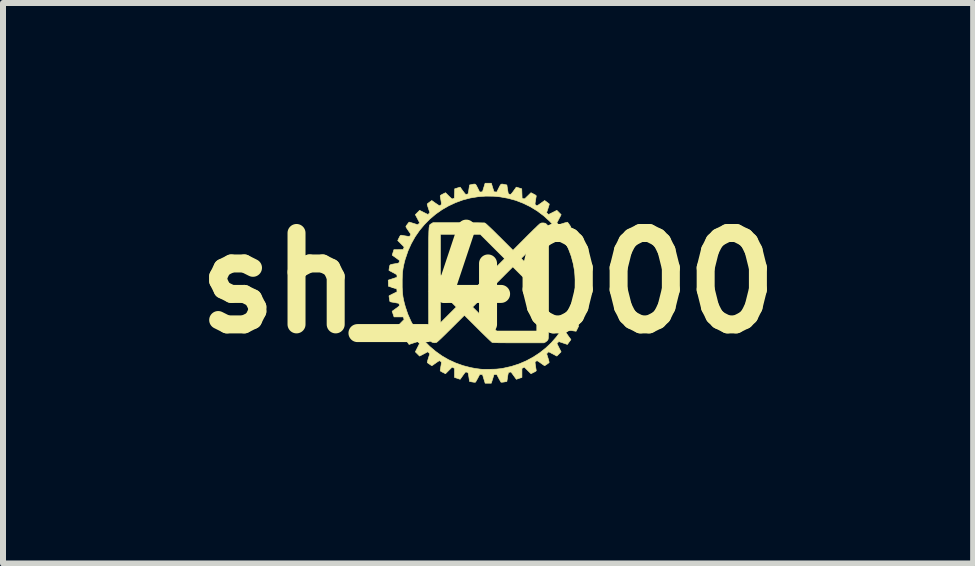
<source format=kicad_pcb>
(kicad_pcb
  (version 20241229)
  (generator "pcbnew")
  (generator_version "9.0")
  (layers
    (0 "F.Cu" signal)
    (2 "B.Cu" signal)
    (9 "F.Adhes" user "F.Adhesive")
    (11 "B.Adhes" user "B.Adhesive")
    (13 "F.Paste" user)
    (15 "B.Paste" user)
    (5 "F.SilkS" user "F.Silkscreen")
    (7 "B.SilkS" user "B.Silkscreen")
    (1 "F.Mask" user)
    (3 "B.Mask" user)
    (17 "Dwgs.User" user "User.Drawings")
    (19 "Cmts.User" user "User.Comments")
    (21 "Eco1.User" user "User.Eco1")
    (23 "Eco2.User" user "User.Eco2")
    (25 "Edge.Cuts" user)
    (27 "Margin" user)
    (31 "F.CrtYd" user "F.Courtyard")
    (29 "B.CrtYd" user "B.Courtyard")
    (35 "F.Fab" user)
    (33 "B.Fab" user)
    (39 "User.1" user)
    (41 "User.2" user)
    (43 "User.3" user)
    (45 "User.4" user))
  (footprint "sh_4000"
    (layer "F.Cu")
    (at 5.087 1.669)
    (property "Reference" "sh_4000" (at 0 0 0) (layer "F.SilkS") (effects (font (size 1.524 1.524) (thickness 0.3))))
    (attr through_hole)
    (fp_poly (pts (xy -0.423 -1.006) (xy -0.354 -1.006) (xy -0.289 -1.006) (xy -0.23 -1.005) (xy -0.177 -1.005) (xy -0.133 -1.004) (xy -0.097 -1.003) (xy -0.071 -1.003) (xy -0.057 -1.002) (xy -0.054 -1.001) (xy -0.045 -0.996) (xy -0.029 -0.983) (xy -0.005 -0.961) (xy 0.027 -0.931) (xy 0.067 -0.893) (xy 0.115 -0.846) (xy 0.171 -0.79) (xy 0.191 -0.771) (xy 0.416 -0.546) (xy 0.635 -0.766) (xy 0.679 -0.81) (xy 0.721 -0.851) (xy 0.759 -0.889) (xy 0.794 -0.922) (xy 0.823 -0.951) (xy 0.846 -0.972) (xy 0.863 -0.987) (xy 0.871 -0.994) (xy 0.871 -0.994) (xy 0.896 -1.002) (xy 0.925 -1.002) (xy 0.952 -0.997) (xy 0.959 -0.994) (xy 0.974 -0.982) (xy 0.99 -0.965) (xy 0.994 -0.96) (xy 1.01 -0.937) (xy 1.01 -0.006) (xy 1.01 0.121) (xy 1.01 0.236) (xy 1.01 0.339) (xy 1.01 0.432) (xy 1.009 0.514) (xy 1.009 0.587) (xy 1.009 0.651) (xy 1.009 0.707) (xy 1.008 0.754) (xy 1.008 0.795) (xy 1.008 0.829) (xy 1.007 0.857) (xy 1.006 0.88) (xy 1.005 0.899) (xy 1.005 0.913) (xy 1.004 0.924) (xy 1.002 0.932) (xy 1.001 0.938) (xy 1 0.942) (xy 0.998 0.946) (xy 0.998 0.946) (xy 0.983 0.965) (xy 0.961 0.981) (xy 0.959 0.983) (xy 0.931 0.997) (xy 0.507 0.997) (xy 0.412 0.997) (xy 0.33 0.997) (xy 0.26 0.996) (xy 0.201 0.996) (xy 0.153 0.995) (xy 0.117 0.994) (xy 0.09 0.993) (xy 0.074 0.991) (xy 0.068 0.99) (xy 0.061 0.984) (xy 0.046 0.97) (xy 0.023 0.949) (xy -0.005 0.922) (xy -0.039 0.889) (xy -0.077 0.852) (xy -0.119 0.811) (xy -0.163 0.767) (xy -0.17 0.76) (xy -0.394 0.537) (xy -0.617 0.76) (xy -0.662 0.804) (xy -0.704 0.846) (xy -0.743 0.884) (xy -0.778 0.918) (xy -0.808 0.946) (xy -0.832 0.968) (xy -0.849 0.983) (xy -0.859 0.99) (xy -0.859 0.99) (xy -0.888 0.996) (xy -0.917 0.992) (xy -0.938 0.984) (xy -0.962 0.967) (xy -0.978 0.944) (xy -0.979 0.94) (xy -0.981 0.936) (xy -0.982 0.931) (xy -0.984 0.924) (xy -0.985 0.915) (xy -0.986 0.903) (xy -0.987 0.888) (xy -0.988 0.869) (xy -0.988 0.845) (xy -0.989 0.815) (xy -0.989 0.78) (xy -0.99 0.738) (xy -0.99 0.689) (xy -0.99 0.664) (xy -0.794 0.664) (xy -0.53 0.4) (xy -0.53 0.4) (xy -0.257 0.4) (xy -0.057 0.6) (xy 0.143 0.8) (xy 0.813 0.8) (xy 0.813 0.13) (xy 0.613 -0.07) (xy 0.413 -0.27) (xy 0.078 0.065) (xy -0.257 0.4) (xy -0.53 0.4) (xy -0.662 0.268) (xy -0.794 0.137) (xy -0.794 0.664) (xy -0.99 0.664) (xy -0.99 0.632) (xy -0.99 0.567) (xy -0.99 0.492) (xy -0.991 0.408) (xy -0.991 0.313) (xy -0.991 0.208) (xy -0.991 0.091) (xy -0.991 -0.006) (xy -0.991 -0.135) (xy -0.991 -0.251) (xy -0.991 -0.356) (xy -0.991 -0.451) (xy -0.991 -0.535) (xy -0.99 -0.609) (xy -0.99 -0.674) (xy -0.99 -0.731) (xy -0.989 -0.781) (xy -0.988 -0.813) (xy -0.794 -0.813) (xy -0.794 -0.137) (xy -0.595 0.062) (xy -0.554 0.103) (xy -0.515 0.142) (xy -0.481 0.176) (xy -0.45 0.206) (xy -0.426 0.23) (xy -0.407 0.248) (xy -0.396 0.258) (xy -0.394 0.26) (xy -0.389 0.256) (xy -0.376 0.243) (xy -0.355 0.223) (xy -0.327 0.196) (xy -0.294 0.163) (xy -0.254 0.124) (xy -0.211 0.08) (xy -0.163 0.032) (xy -0.111 -0.019) (xy -0.057 -0.073) (xy -0.057 -0.073) (xy 0.276 -0.406) (xy 0.273 -0.41) (xy 0.552 -0.41) (xy 0.681 -0.281) (xy 0.714 -0.248) (xy 0.744 -0.218) (xy 0.77 -0.193) (xy 0.79 -0.172) (xy 0.804 -0.159) (xy 0.811 -0.153) (xy 0.811 -0.152) (xy 0.812 -0.159) (xy 0.812 -0.176) (xy 0.812 -0.204) (xy 0.812 -0.24) (xy 0.813 -0.283) (xy 0.813 -0.333) (xy 0.813 -0.387) (xy 0.813 -0.411) (xy 0.813 -0.67) (xy 0.683 -0.54) (xy 0.552 -0.41) (xy 0.273 -0.41) (xy 0.073 -0.61) (xy -0.13 -0.813) (xy -0.462 -0.813) (xy -0.794 -0.813) (xy -0.988 -0.813) (xy -0.988 -0.822) (xy -0.987 -0.858) (xy -0.985 -0.887) (xy -0.984 -0.911) (xy -0.982 -0.93) (xy -0.979 -0.945) (xy -0.977 -0.957) (xy -0.973 -0.965) (xy -0.97 -0.972) (xy -0.966 -0.976) (xy -0.961 -0.98) (xy -0.956 -0.983) (xy -0.95 -0.986) (xy -0.944 -0.99) (xy -0.919 -1.006) (xy -0.496 -1.006) (xy -0.423 -1.006)) (stroke (width 0.01) (type solid)) (fill yes) (layer "F.SilkS"))
    (fp_poly (pts (xy 0.077 -1.592) (xy 0.1 -1.521) (xy 0.123 -1.519) (xy 0.146 -1.517) (xy 0.179 -1.584) (xy 0.194 -1.614) (xy 0.205 -1.633) (xy 0.216 -1.645) (xy 0.228 -1.65) (xy 0.244 -1.649) (xy 0.267 -1.645) (xy 0.279 -1.642) (xy 0.314 -1.635) (xy 0.325 -1.563) (xy 0.33 -1.534) (xy 0.334 -1.51) (xy 0.337 -1.494) (xy 0.339 -1.488) (xy 0.346 -1.485) (xy 0.36 -1.48) (xy 0.361 -1.48) (xy 0.37 -1.478) (xy 0.377 -1.478) (xy 0.384 -1.483) (xy 0.394 -1.494) (xy 0.408 -1.511) (xy 0.426 -1.536) (xy 0.471 -1.599) (xy 0.517 -1.585) (xy 0.562 -1.571) (xy 0.568 -1.415) (xy 0.587 -1.407) (xy 0.596 -1.404) (xy 0.603 -1.403) (xy 0.611 -1.407) (xy 0.623 -1.415) (xy 0.639 -1.431) (xy 0.661 -1.452) (xy 0.716 -1.506) (xy 0.761 -1.483) (xy 0.784 -1.471) (xy 0.797 -1.462) (xy 0.803 -1.455) (xy 0.804 -1.448) (xy 0.803 -1.446) (xy 0.801 -1.434) (xy 0.797 -1.412) (xy 0.793 -1.386) (xy 0.791 -1.372) (xy 0.786 -1.344) (xy 0.784 -1.326) (xy 0.784 -1.315) (xy 0.787 -1.308) (xy 0.793 -1.302) (xy 0.795 -1.3) (xy 0.808 -1.292) (xy 0.817 -1.289) (xy 0.824 -1.293) (xy 0.84 -1.302) (xy 0.861 -1.317) (xy 0.884 -1.333) (xy 0.944 -1.376) (xy 0.981 -1.349) (xy 0.999 -1.335) (xy 1.013 -1.324) (xy 1.021 -1.318) (xy 1.021 -1.318) (xy 1.02 -1.311) (xy 1.016 -1.295) (xy 1.009 -1.272) (xy 1 -1.244) (xy 0.976 -1.173) (xy 0.992 -1.158) (xy 1.008 -1.142) (xy 1.078 -1.177) (xy 1.147 -1.212) (xy 1.219 -1.14) (xy 1.183 -1.072) (xy 1.147 -1.003) (xy 1.162 -0.987) (xy 1.178 -0.972) (xy 1.25 -0.994) (xy 1.278 -1.003) (xy 1.302 -1.009) (xy 1.318 -1.013) (xy 1.325 -1.014) (xy 1.333 -1.004) (xy 1.345 -0.989) (xy 1.357 -0.971) (xy 1.368 -0.955) (xy 1.376 -0.942) (xy 1.378 -0.938) (xy 1.374 -0.931) (xy 1.365 -0.916) (xy 1.351 -0.895) (xy 1.337 -0.876) (xy 1.32 -0.852) (xy 1.306 -0.832) (xy 1.298 -0.817) (xy 1.296 -0.811) (xy 1.299 -0.801) (xy 1.307 -0.789) (xy 1.311 -0.784) (xy 1.315 -0.781) (xy 1.321 -0.779) (xy 1.33 -0.778) (xy 1.345 -0.78) (xy 1.367 -0.783) (xy 1.398 -0.788) (xy 1.439 -0.795) (xy 1.449 -0.797) (xy 1.459 -0.797) (xy 1.466 -0.794) (xy 1.473 -0.785) (xy 1.483 -0.767) (xy 1.49 -0.755) (xy 1.512 -0.709) (xy 1.458 -0.655) (xy 1.404 -0.6) (xy 1.413 -0.58) (xy 1.422 -0.559) (xy 1.499 -0.557) (xy 1.576 -0.556) (xy 1.59 -0.51) (xy 1.605 -0.465) (xy 1.545 -0.423) (xy 1.522 -0.405) (xy 1.502 -0.391) (xy 1.489 -0.38) (xy 1.484 -0.376) (xy 1.484 -0.367) (xy 1.487 -0.352) (xy 1.487 -0.352) (xy 1.489 -0.343) (xy 1.493 -0.337) (xy 1.501 -0.333) (xy 1.515 -0.329) (xy 1.536 -0.325) (xy 1.566 -0.32) (xy 1.599 -0.315) (xy 1.621 -0.31) (xy 1.635 -0.304) (xy 1.644 -0.294) (xy 1.648 -0.28) (xy 1.652 -0.258) (xy 1.654 -0.242) (xy 1.658 -0.211) (xy 1.591 -0.175) (xy 1.563 -0.16) (xy 1.544 -0.149) (xy 1.532 -0.14) (xy 1.526 -0.133) (xy 1.524 -0.125) (xy 1.524 -0.118) (xy 1.524 -0.096) (xy 1.597 -0.072) (xy 1.671 -0.048) (xy 1.669 0.003) (xy 1.667 0.053) (xy 1.527 0.099) (xy 1.525 0.122) (xy 1.523 0.146) (xy 1.589 0.178) (xy 1.615 0.191) (xy 1.636 0.202) (xy 1.651 0.21) (xy 1.656 0.213) (xy 1.657 0.22) (xy 1.655 0.235) (xy 1.652 0.255) (xy 1.649 0.277) (xy 1.645 0.296) (xy 1.642 0.308) (xy 1.641 0.31) (xy 1.634 0.312) (xy 1.617 0.316) (xy 1.593 0.321) (xy 1.567 0.325) (xy 1.539 0.33) (xy 1.515 0.334) (xy 1.499 0.338) (xy 1.494 0.339) (xy 1.491 0.346) (xy 1.486 0.36) (xy 1.486 0.361) (xy 1.484 0.37) (xy 1.485 0.377) (xy 1.489 0.384) (xy 1.5 0.394) (xy 1.518 0.408) (xy 1.543 0.426) (xy 1.605 0.471) (xy 1.574 0.565) (xy 1.422 0.565) (xy 1.413 0.586) (xy 1.404 0.606) (xy 1.458 0.661) (xy 1.512 0.716) (xy 1.49 0.76) (xy 1.468 0.804) (xy 1.393 0.793) (xy 1.318 0.781) (xy 1.307 0.795) (xy 1.299 0.808) (xy 1.296 0.817) (xy 1.299 0.824) (xy 1.309 0.84) (xy 1.323 0.861) (xy 1.339 0.884) (xy 1.382 0.943) (xy 1.363 0.969) (xy 1.349 0.987) (xy 1.337 1.004) (xy 1.333 1.009) (xy 1.323 1.024) (xy 1.252 1) (xy 1.18 0.976) (xy 1.164 0.992) (xy 1.148 1.008) (xy 1.183 1.078) (xy 1.218 1.147) (xy 1.147 1.218) (xy 1.079 1.182) (xy 1.01 1.146) (xy 0.994 1.163) (xy 0.977 1.179) (xy 1 1.251) (xy 1.009 1.279) (xy 1.015 1.303) (xy 1.018 1.319) (xy 1.018 1.327) (xy 1.006 1.336) (xy 0.99 1.348) (xy 0.972 1.36) (xy 0.956 1.371) (xy 0.945 1.377) (xy 0.943 1.378) (xy 0.936 1.374) (xy 0.922 1.365) (xy 0.902 1.351) (xy 0.882 1.337) (xy 0.859 1.32) (xy 0.838 1.306) (xy 0.824 1.298) (xy 0.818 1.296) (xy 0.807 1.299) (xy 0.796 1.307) (xy 0.789 1.312) (xy 0.785 1.318) (xy 0.784 1.327) (xy 0.786 1.343) (xy 0.789 1.367) (xy 0.791 1.378) (xy 0.795 1.406) (xy 0.799 1.43) (xy 0.802 1.448) (xy 0.803 1.452) (xy 0.804 1.46) (xy 0.799 1.468) (xy 0.787 1.476) (xy 0.766 1.487) (xy 0.761 1.489) (xy 0.716 1.512) (xy 0.66 1.457) (xy 0.605 1.402) (xy 0.565 1.423) (xy 0.565 1.574) (xy 0.518 1.589) (xy 0.472 1.605) (xy 0.429 1.546) (xy 0.412 1.522) (xy 0.397 1.502) (xy 0.387 1.489) (xy 0.382 1.484) (xy 0.374 1.484) (xy 0.359 1.487) (xy 0.358 1.487) (xy 0.351 1.489) (xy 0.345 1.491) (xy 0.341 1.495) (xy 0.338 1.504) (xy 0.334 1.518) (xy 0.33 1.539) (xy 0.325 1.569) (xy 0.319 1.61) (xy 0.314 1.641) (xy 0.267 1.65) (xy 0.244 1.653) (xy 0.226 1.654) (xy 0.216 1.653) (xy 0.216 1.653) (xy 0.211 1.646) (xy 0.202 1.629) (xy 0.189 1.607) (xy 0.178 1.586) (xy 0.145 1.523) (xy 0.122 1.525) (xy 0.099 1.527) (xy 0.077 1.599) (xy 0.054 1.67) (xy -0.048 1.67) (xy -0.07 1.599) (xy -0.092 1.527) (xy -0.115 1.525) (xy -0.138 1.523) (xy -0.171 1.586) (xy -0.185 1.611) (xy -0.197 1.633) (xy -0.206 1.648) (xy -0.209 1.653) (xy -0.217 1.654) (xy -0.235 1.654) (xy -0.257 1.65) (xy -0.261 1.65) (xy -0.308 1.641) (xy -0.313 1.61) (xy -0.319 1.569) (xy -0.324 1.538) (xy -0.328 1.517) (xy -0.331 1.504) (xy -0.335 1.495) (xy -0.339 1.491) (xy -0.344 1.489) (xy -0.351 1.487) (xy -0.366 1.484) (xy -0.376 1.484) (xy -0.376 1.484) (xy -0.381 1.49) (xy -0.392 1.504) (xy -0.407 1.524) (xy -0.423 1.546) (xy -0.465 1.605) (xy -0.512 1.589) (xy -0.559 1.574) (xy -0.559 1.423) (xy -0.579 1.412) (xy -0.599 1.402) (xy -0.654 1.457) (xy -0.709 1.512) (xy -0.755 1.489) (xy -0.778 1.477) (xy -0.791 1.469) (xy -0.797 1.461) (xy -0.797 1.454) (xy -0.797 1.452) (xy -0.795 1.44) (xy -0.791 1.419) (xy -0.787 1.392) (xy -0.784 1.378) (xy -0.78 1.35) (xy -0.778 1.332) (xy -0.778 1.321) (xy -0.781 1.314) (xy -0.787 1.309) (xy -0.789 1.307) (xy -0.802 1.298) (xy -0.811 1.296) (xy -0.82 1.299) (xy -0.835 1.309) (xy -0.857 1.323) (xy -0.876 1.337) (xy -0.899 1.353) (xy -0.918 1.367) (xy -0.932 1.375) (xy -0.937 1.378) (xy -0.943 1.375) (xy -0.957 1.366) (xy -0.974 1.354) (xy -0.992 1.342) (xy -1.007 1.331) (xy -1.012 1.327) (xy -1.012 1.319) (xy -1.009 1.302) (xy -1.002 1.278) (xy -0.994 1.251) (xy -0.971 1.179) (xy -0.987 1.163) (xy -1.004 1.146) (xy -1.072 1.182) (xy -1.141 1.218) (xy -1.212 1.147) (xy -1.177 1.078) (xy -1.142 1.008) (xy -1.158 0.992) (xy -1.173 0.976) (xy -1.245 1) (xy -1.317 1.024) (xy -1.327 1.009) (xy -1.336 0.996) (xy -1.35 0.977) (xy -1.356 0.969) (xy -1.376 0.943) (xy -1.333 0.884) (xy -1.315 0.859) (xy -1.301 0.839) (xy -1.292 0.824) (xy -1.289 0.817) (xy -1.293 0.807) (xy -1.3 0.795) (xy -1.312 0.781) (xy -1.386 0.793) (xy -1.461 0.804) (xy -1.484 0.76) (xy -1.506 0.716) (xy -1.452 0.661) (xy -1.398 0.606) (xy -1.407 0.586) (xy -1.415 0.565) (xy -1.567 0.565) (xy -1.599 0.471) (xy -1.537 0.426) (xy -1.51 0.407) (xy -1.493 0.393) (xy -1.483 0.384) (xy -1.478 0.376) (xy -1.478 0.369) (xy -1.48 0.361) (xy -1.484 0.347) (xy -1.487 0.339) (xy -1.487 0.339) (xy -1.494 0.337) (xy -1.511 0.334) (xy -1.535 0.33) (xy -1.561 0.325) (xy -1.589 0.32) (xy -1.613 0.316) (xy -1.629 0.312) (xy -1.635 0.31) (xy -1.637 0.303) (xy -1.641 0.287) (xy -1.644 0.267) (xy -1.647 0.245) (xy -1.65 0.227) (xy -1.65 0.215) (xy -1.65 0.213) (xy -1.644 0.21) (xy -1.629 0.202) (xy -1.607 0.19) (xy -1.582 0.178) (xy -1.517 0.146) (xy -1.521 0.099) (xy -1.661 0.053) (xy -1.662 0.003) (xy -1.662 0) (xy -1.431 0) (xy -1.431 0.069) (xy -1.428 0.129) (xy -1.424 0.182) (xy -1.418 0.232) (xy -1.408 0.282) (xy -1.396 0.334) (xy -1.38 0.392) (xy -1.38 0.393) (xy -1.337 0.52) (xy -1.284 0.64) (xy -1.22 0.755) (xy -1.147 0.863) (xy -1.064 0.963) (xy -0.974 1.055) (xy -0.875 1.139) (xy -0.77 1.214) (xy -0.658 1.279) (xy -0.54 1.333) (xy -0.417 1.377) (xy -0.289 1.41) (xy -0.225 1.422) (xy -0.187 1.428) (xy -0.155 1.432) (xy -0.127 1.436) (xy -0.1 1.438) (xy -0.07 1.439) (xy -0.036 1.439) (xy 0.005 1.439) (xy 0.044 1.438) (xy 0.097 1.437) (xy 0.141 1.435) (xy 0.179 1.431) (xy 0.216 1.427) (xy 0.256 1.42) (xy 0.257 1.42) (xy 0.39 1.39) (xy 0.517 1.349) (xy 0.638 1.297) (xy 0.753 1.235) (xy 0.861 1.164) (xy 0.962 1.084) (xy 1.055 0.996) (xy 1.139 0.9) (xy 1.215 0.797) (xy 1.281 0.687) (xy 1.337 0.571) (xy 1.383 0.449) (xy 1.418 0.323) (xy 1.442 0.192) (xy 1.453 0.08) (xy 1.455 -0.055) (xy 1.444 -0.189) (xy 1.421 -0.32) (xy 1.387 -0.447) (xy 1.341 -0.571) (xy 1.283 -0.69) (xy 1.214 -0.804) (xy 1.135 -0.912) (xy 1.044 -1.013) (xy 1.029 -1.029) (xy 0.928 -1.121) (xy 0.82 -1.202) (xy 0.706 -1.272) (xy 0.587 -1.33) (xy 0.463 -1.378) (xy 0.334 -1.413) (xy 0.201 -1.437) (xy 0.098 -1.447) (xy -0.036 -1.449) (xy -0.167 -1.439) (xy -0.296 -1.418) (xy -0.421 -1.385) (xy -0.541 -1.341) (xy -0.657 -1.287) (xy -0.768 -1.223) (xy -0.872 -1.15) (xy -0.97 -1.067) (xy -1.06 -0.976) (xy -1.142 -0.878) (xy -1.216 -0.771) (xy -1.28 -0.657) (xy -1.334 -0.537) (xy -1.377 -0.41) (xy -1.378 -0.41) (xy -1.395 -0.348) (xy -1.408 -0.291) (xy -1.418 -0.237) (xy -1.425 -0.182) (xy -1.429 -0.123) (xy -1.431 -0.056) (xy -1.431 0) (xy -1.662 0) (xy -1.664 -0.048) (xy -1.591 -0.072) (xy -1.518 -0.096) (xy -1.518 -0.118) (xy -1.518 -0.127) (xy -1.521 -0.134) (xy -1.528 -0.142) (xy -1.541 -0.151) (xy -1.562 -0.163) (xy -1.585 -0.175) (xy -1.652 -0.211) (xy -1.648 -0.242) (xy -1.644 -0.269) (xy -1.64 -0.287) (xy -1.634 -0.299) (xy -1.623 -0.307) (xy -1.605 -0.312) (xy -1.578 -0.317) (xy -1.56 -0.32) (xy -1.529 -0.325) (xy -1.507 -0.329) (xy -1.494 -0.333) (xy -1.487 -0.338) (xy -1.483 -0.344) (xy -1.48 -0.352) (xy -1.477 -0.367) (xy -1.477 -0.376) (xy -1.477 -0.376) (xy -1.483 -0.381) (xy -1.497 -0.392) (xy -1.517 -0.407) (xy -1.539 -0.423) (xy -1.598 -0.465) (xy -1.584 -0.51) (xy -1.57 -0.556) (xy -1.492 -0.557) (xy -1.415 -0.559) (xy -1.407 -0.58) (xy -1.398 -0.6) (xy -1.452 -0.655) (xy -1.506 -0.709) (xy -1.483 -0.755) (xy -1.472 -0.777) (xy -1.463 -0.79) (xy -1.456 -0.796) (xy -1.448 -0.797) (xy -1.443 -0.797) (xy -1.399 -0.789) (xy -1.367 -0.784) (xy -1.343 -0.78) (xy -1.327 -0.778) (xy -1.316 -0.778) (xy -1.309 -0.78) (xy -1.305 -0.783) (xy -1.301 -0.788) (xy -1.3 -0.789) (xy -1.292 -0.802) (xy -1.289 -0.811) (xy -1.293 -0.82) (xy -1.302 -0.835) (xy -1.317 -0.857) (xy -1.331 -0.877) (xy -1.348 -0.902) (xy -1.361 -0.923) (xy -1.369 -0.937) (xy -1.369 -0.943) (xy -1.364 -0.953) (xy -1.354 -0.968) (xy -1.341 -0.985) (xy -1.329 -1.001) (xy -1.319 -1.012) (xy -1.315 -1.016) (xy -1.308 -1.014) (xy -1.291 -1.009) (xy -1.267 -1.002) (xy -1.241 -0.994) (xy -1.172 -0.972) (xy -1.14 -1.003) (xy -1.176 -1.072) (xy -1.212 -1.14) (xy -1.141 -1.212) (xy -1.071 -1.177) (xy -1.001 -1.142) (xy -0.986 -1.158) (xy -0.97 -1.173) (xy -0.994 -1.244) (xy -1.003 -1.272) (xy -1.01 -1.296) (xy -1.014 -1.312) (xy -1.014 -1.318) (xy -1.008 -1.323) (xy -0.995 -1.334) (xy -0.977 -1.347) (xy -0.975 -1.349) (xy -0.938 -1.376) (xy -0.878 -1.333) (xy -0.853 -1.316) (xy -0.832 -1.302) (xy -0.817 -1.292) (xy -0.81 -1.289) (xy -0.8 -1.293) (xy -0.789 -1.3) (xy -0.783 -1.306) (xy -0.779 -1.312) (xy -0.778 -1.321) (xy -0.779 -1.336) (xy -0.782 -1.36) (xy -0.784 -1.372) (xy -0.789 -1.399) (xy -0.793 -1.424) (xy -0.796 -1.441) (xy -0.797 -1.446) (xy -0.797 -1.454) (xy -0.792 -1.461) (xy -0.781 -1.469) (xy -0.76 -1.481) (xy -0.755 -1.483) (xy -0.709 -1.506) (xy -0.655 -1.452) (xy -0.632 -1.43) (xy -0.616 -1.415) (xy -0.604 -1.406) (xy -0.596 -1.403) (xy -0.589 -1.404) (xy -0.581 -1.407) (xy -0.562 -1.415) (xy -0.556 -1.571) (xy -0.51 -1.585) (xy -0.465 -1.599) (xy -0.42 -1.536) (xy -0.4 -1.51) (xy -0.387 -1.493) (xy -0.377 -1.483) (xy -0.37 -1.478) (xy -0.363 -1.478) (xy -0.355 -1.48) (xy -0.34 -1.484) (xy -0.333 -1.488) (xy -0.333 -1.488) (xy -0.331 -1.495) (xy -0.328 -1.511) (xy -0.323 -1.535) (xy -0.319 -1.563) (xy -0.308 -1.635) (xy -0.273 -1.642) (xy -0.246 -1.648) (xy -0.228 -1.65) (xy -0.214 -1.648) (xy -0.203 -1.639) (xy -0.193 -1.623) (xy -0.18 -1.598) (xy -0.173 -1.584) (xy -0.139 -1.517) (xy -0.116 -1.519) (xy -0.093 -1.521) (xy -0.071 -1.592) (xy -0.049 -1.664) (xy 0.055 -1.664) (xy 0.077 -1.592)) (stroke (width 0.01) (type solid)) (fill yes) (layer "F.SilkS")))
  (gr_rect
    (start -3 -3)
    (end 13.175 6.344)
    (stroke (width 0.1) (type default))
    (fill no)
    (layer "Edge.Cuts")))
</source>
